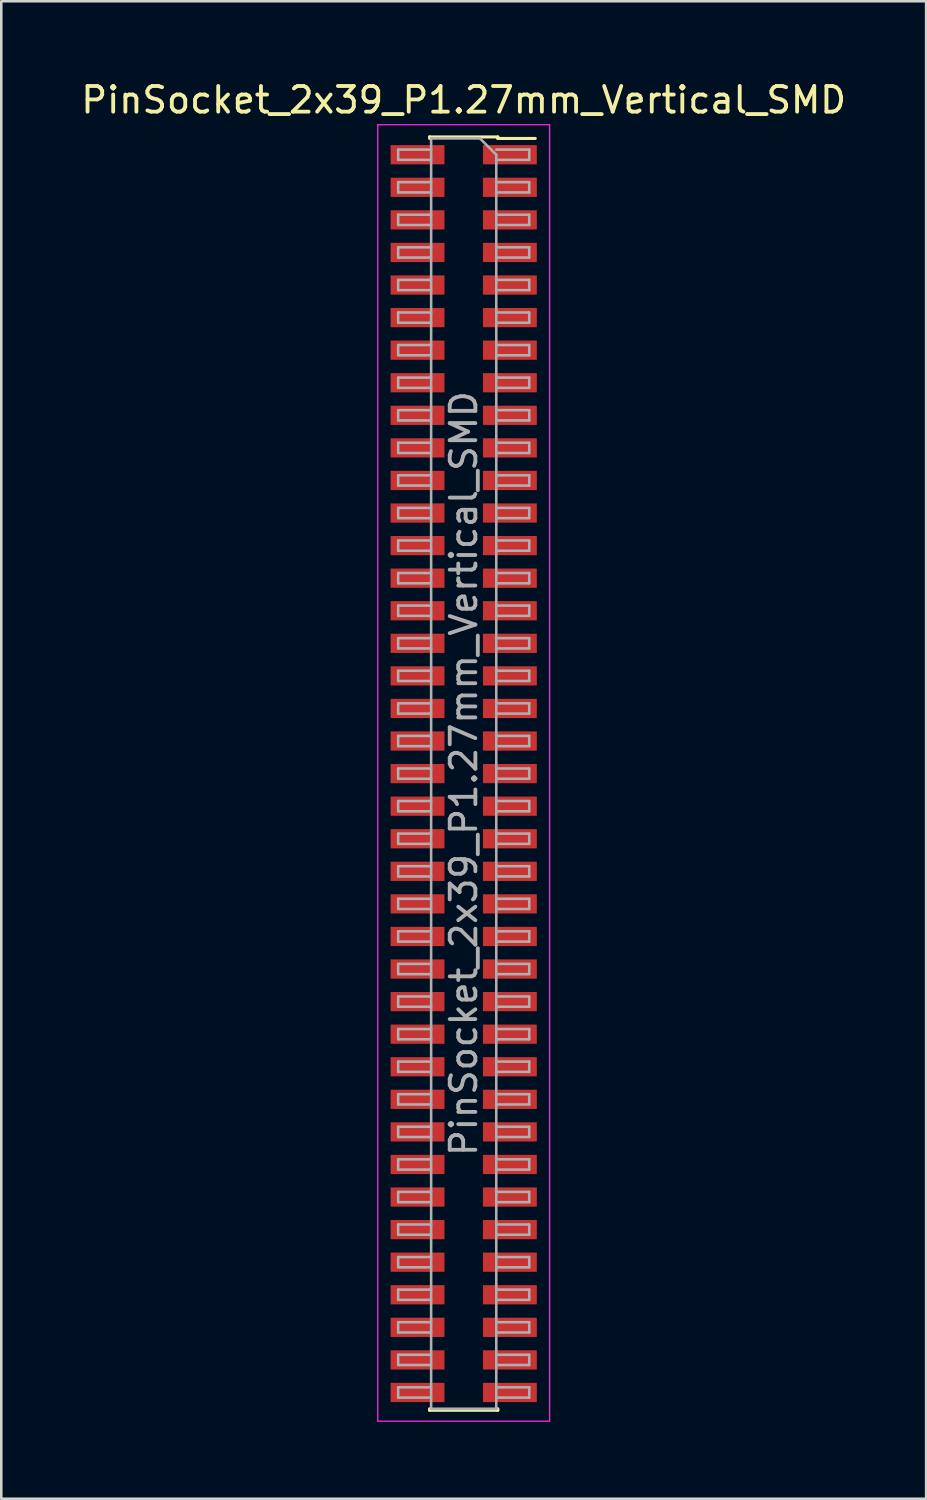
<source format=kicad_pcb>
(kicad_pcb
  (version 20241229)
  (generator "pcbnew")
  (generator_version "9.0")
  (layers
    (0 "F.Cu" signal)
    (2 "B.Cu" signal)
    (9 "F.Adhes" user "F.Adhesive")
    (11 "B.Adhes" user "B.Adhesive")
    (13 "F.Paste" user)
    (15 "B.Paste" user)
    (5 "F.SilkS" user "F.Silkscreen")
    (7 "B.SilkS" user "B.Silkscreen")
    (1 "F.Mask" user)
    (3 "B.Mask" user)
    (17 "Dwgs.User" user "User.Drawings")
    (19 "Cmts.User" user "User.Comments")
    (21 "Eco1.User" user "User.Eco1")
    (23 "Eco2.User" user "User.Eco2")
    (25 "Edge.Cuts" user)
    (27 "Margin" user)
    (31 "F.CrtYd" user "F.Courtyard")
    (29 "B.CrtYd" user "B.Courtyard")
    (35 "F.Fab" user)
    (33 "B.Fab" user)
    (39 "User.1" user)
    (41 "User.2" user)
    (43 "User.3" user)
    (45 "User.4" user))
  (footprint "PinSocket_2x39_P1.27mm_Vertical_SMD"
    (layer "F.Cu")
    (at 15.03 27.113)
    (property "Reference" "PinSocket_2x39_P1.27mm_Vertical_SMD" (at 0 -26.265 0) (layer "F.SilkS") (effects (font (size 1 1) (thickness 0.15))))
    (attr smd)
    (fp_line (start -1.33 -24.825) (end -1.33 -24.765) (stroke (width 0.12) (type solid)) (layer "F.SilkS"))
    (fp_line (start -1.33 -24.825) (end 1.33 -24.825) (stroke (width 0.12) (type solid)) (layer "F.SilkS"))
    (fp_line (start -1.33 24.765) (end -1.33 24.825) (stroke (width 0.12) (type solid)) (layer "F.SilkS"))
    (fp_line (start -1.33 24.825) (end 1.33 24.825) (stroke (width 0.12) (type solid)) (layer "F.SilkS"))
    (fp_line (start 1.33 -24.825) (end 1.33 -24.765) (stroke (width 0.12) (type solid)) (layer "F.SilkS"))
    (fp_line (start 1.33 -24.765) (end 2.79 -24.765) (stroke (width 0.12) (type solid)) (layer "F.SilkS"))
    (fp_line (start 1.33 24.765) (end 1.33 24.825) (stroke (width 0.12) (type solid)) (layer "F.SilkS"))
    (fp_line (start -3.35 -25.3) (end 3.35 -25.3) (stroke (width 0.05) (type solid)) (layer "F.CrtYd"))
    (fp_line (start -3.35 25.25) (end -3.35 -25.3) (stroke (width 0.05) (type solid)) (layer "F.CrtYd"))
    (fp_line (start 3.35 -25.3) (end 3.35 25.25) (stroke (width 0.05) (type solid)) (layer "F.CrtYd"))
    (fp_line (start 3.35 25.25) (end -3.35 25.25) (stroke (width 0.05) (type solid)) (layer "F.CrtYd"))
    (fp_line (start -2.555 -24.33) (end -1.27 -24.33) (stroke (width 0.1) (type solid)) (layer "F.Fab"))
    (fp_line (start -2.555 -23.93) (end -2.555 -24.33) (stroke (width 0.1) (type solid)) (layer "F.Fab"))
    (fp_line (start -2.555 -23.06) (end -1.27 -23.06) (stroke (width 0.1) (type solid)) (layer "F.Fab"))
    (fp_line (start -2.555 -22.66) (end -2.555 -23.06) (stroke (width 0.1) (type solid)) (layer "F.Fab"))
    (fp_line (start -2.555 -21.79) (end -1.27 -21.79) (stroke (width 0.1) (type solid)) (layer "F.Fab"))
    (fp_line (start -2.555 -21.39) (end -2.555 -21.79) (stroke (width 0.1) (type solid)) (layer "F.Fab"))
    (fp_line (start -2.555 -20.52) (end -1.27 -20.52) (stroke (width 0.1) (type solid)) (layer "F.Fab"))
    (fp_line (start -2.555 -20.12) (end -2.555 -20.52) (stroke (width 0.1) (type solid)) (layer "F.Fab"))
    (fp_line (start -2.555 -19.25) (end -1.27 -19.25) (stroke (width 0.1) (type solid)) (layer "F.Fab"))
    (fp_line (start -2.555 -18.85) (end -2.555 -19.25) (stroke (width 0.1) (type solid)) (layer "F.Fab"))
    (fp_line (start -2.555 -17.98) (end -1.27 -17.98) (stroke (width 0.1) (type solid)) (layer "F.Fab"))
    (fp_line (start -2.555 -17.58) (end -2.555 -17.98) (stroke (width 0.1) (type solid)) (layer "F.Fab"))
    (fp_line (start -2.555 -16.71) (end -1.27 -16.71) (stroke (width 0.1) (type solid)) (layer "F.Fab"))
    (fp_line (start -2.555 -16.31) (end -2.555 -16.71) (stroke (width 0.1) (type solid)) (layer "F.Fab"))
    (fp_line (start -2.555 -15.44) (end -1.27 -15.44) (stroke (width 0.1) (type solid)) (layer "F.Fab"))
    (fp_line (start -2.555 -15.04) (end -2.555 -15.44) (stroke (width 0.1) (type solid)) (layer "F.Fab"))
    (fp_line (start -2.555 -14.17) (end -1.27 -14.17) (stroke (width 0.1) (type solid)) (layer "F.Fab"))
    (fp_line (start -2.555 -13.77) (end -2.555 -14.17) (stroke (width 0.1) (type solid)) (layer "F.Fab"))
    (fp_line (start -2.555 -12.9) (end -1.27 -12.9) (stroke (width 0.1) (type solid)) (layer "F.Fab"))
    (fp_line (start -2.555 -12.5) (end -2.555 -12.9) (stroke (width 0.1) (type solid)) (layer "F.Fab"))
    (fp_line (start -2.555 -11.63) (end -1.27 -11.63) (stroke (width 0.1) (type solid)) (layer "F.Fab"))
    (fp_line (start -2.555 -11.23) (end -2.555 -11.63) (stroke (width 0.1) (type solid)) (layer "F.Fab"))
    (fp_line (start -2.555 -10.36) (end -1.27 -10.36) (stroke (width 0.1) (type solid)) (layer "F.Fab"))
    (fp_line (start -2.555 -9.96) (end -2.555 -10.36) (stroke (width 0.1) (type solid)) (layer "F.Fab"))
    (fp_line (start -2.555 -9.09) (end -1.27 -9.09) (stroke (width 0.1) (type solid)) (layer "F.Fab"))
    (fp_line (start -2.555 -8.69) (end -2.555 -9.09) (stroke (width 0.1) (type solid)) (layer "F.Fab"))
    (fp_line (start -2.555 -7.82) (end -1.27 -7.82) (stroke (width 0.1) (type solid)) (layer "F.Fab"))
    (fp_line (start -2.555 -7.42) (end -2.555 -7.82) (stroke (width 0.1) (type solid)) (layer "F.Fab"))
    (fp_line (start -2.555 -6.55) (end -1.27 -6.55) (stroke (width 0.1) (type solid)) (layer "F.Fab"))
    (fp_line (start -2.555 -6.15) (end -2.555 -6.55) (stroke (width 0.1) (type solid)) (layer "F.Fab"))
    (fp_line (start -2.555 -5.28) (end -1.27 -5.28) (stroke (width 0.1) (type solid)) (layer "F.Fab"))
    (fp_line (start -2.555 -4.88) (end -2.555 -5.28) (stroke (width 0.1) (type solid)) (layer "F.Fab"))
    (fp_line (start -2.555 -4.01) (end -1.27 -4.01) (stroke (width 0.1) (type solid)) (layer "F.Fab"))
    (fp_line (start -2.555 -3.61) (end -2.555 -4.01) (stroke (width 0.1) (type solid)) (layer "F.Fab"))
    (fp_line (start -2.555 -2.74) (end -1.27 -2.74) (stroke (width 0.1) (type solid)) (layer "F.Fab"))
    (fp_line (start -2.555 -2.34) (end -2.555 -2.74) (stroke (width 0.1) (type solid)) (layer "F.Fab"))
    (fp_line (start -2.555 -1.47) (end -1.27 -1.47) (stroke (width 0.1) (type solid)) (layer "F.Fab"))
    (fp_line (start -2.555 -1.07) (end -2.555 -1.47) (stroke (width 0.1) (type solid)) (layer "F.Fab"))
    (fp_line (start -2.555 -0.2) (end -1.27 -0.2) (stroke (width 0.1) (type solid)) (layer "F.Fab"))
    (fp_line (start -2.555 0.2) (end -2.555 -0.2) (stroke (width 0.1) (type solid)) (layer "F.Fab"))
    (fp_line (start -2.555 1.07) (end -1.27 1.07) (stroke (width 0.1) (type solid)) (layer "F.Fab"))
    (fp_line (start -2.555 1.47) (end -2.555 1.07) (stroke (width 0.1) (type solid)) (layer "F.Fab"))
    (fp_line (start -2.555 2.34) (end -1.27 2.34) (stroke (width 0.1) (type solid)) (layer "F.Fab"))
    (fp_line (start -2.555 2.74) (end -2.555 2.34) (stroke (width 0.1) (type solid)) (layer "F.Fab"))
    (fp_line (start -2.555 3.61) (end -1.27 3.61) (stroke (width 0.1) (type solid)) (layer "F.Fab"))
    (fp_line (start -2.555 4.01) (end -2.555 3.61) (stroke (width 0.1) (type solid)) (layer "F.Fab"))
    (fp_line (start -2.555 4.88) (end -1.27 4.88) (stroke (width 0.1) (type solid)) (layer "F.Fab"))
    (fp_line (start -2.555 5.28) (end -2.555 4.88) (stroke (width 0.1) (type solid)) (layer "F.Fab"))
    (fp_line (start -2.555 6.15) (end -1.27 6.15) (stroke (width 0.1) (type solid)) (layer "F.Fab"))
    (fp_line (start -2.555 6.55) (end -2.555 6.15) (stroke (width 0.1) (type solid)) (layer "F.Fab"))
    (fp_line (start -2.555 7.42) (end -1.27 7.42) (stroke (width 0.1) (type solid)) (layer "F.Fab"))
    (fp_line (start -2.555 7.82) (end -2.555 7.42) (stroke (width 0.1) (type solid)) (layer "F.Fab"))
    (fp_line (start -2.555 8.69) (end -1.27 8.69) (stroke (width 0.1) (type solid)) (layer "F.Fab"))
    (fp_line (start -2.555 9.09) (end -2.555 8.69) (stroke (width 0.1) (type solid)) (layer "F.Fab"))
    (fp_line (start -2.555 9.96) (end -1.27 9.96) (stroke (width 0.1) (type solid)) (layer "F.Fab"))
    (fp_line (start -2.555 10.36) (end -2.555 9.96) (stroke (width 0.1) (type solid)) (layer "F.Fab"))
    (fp_line (start -2.555 11.23) (end -1.27 11.23) (stroke (width 0.1) (type solid)) (layer "F.Fab"))
    (fp_line (start -2.555 11.63) (end -2.555 11.23) (stroke (width 0.1) (type solid)) (layer "F.Fab"))
    (fp_line (start -2.555 12.5) (end -1.27 12.5) (stroke (width 0.1) (type solid)) (layer "F.Fab"))
    (fp_line (start -2.555 12.9) (end -2.555 12.5) (stroke (width 0.1) (type solid)) (layer "F.Fab"))
    (fp_line (start -2.555 13.77) (end -1.27 13.77) (stroke (width 0.1) (type solid)) (layer "F.Fab"))
    (fp_line (start -2.555 14.17) (end -2.555 13.77) (stroke (width 0.1) (type solid)) (layer "F.Fab"))
    (fp_line (start -2.555 15.04) (end -1.27 15.04) (stroke (width 0.1) (type solid)) (layer "F.Fab"))
    (fp_line (start -2.555 15.44) (end -2.555 15.04) (stroke (width 0.1) (type solid)) (layer "F.Fab"))
    (fp_line (start -2.555 16.31) (end -1.27 16.31) (stroke (width 0.1) (type solid)) (layer "F.Fab"))
    (fp_line (start -2.555 16.71) (end -2.555 16.31) (stroke (width 0.1) (type solid)) (layer "F.Fab"))
    (fp_line (start -2.555 17.58) (end -1.27 17.58) (stroke (width 0.1) (type solid)) (layer "F.Fab"))
    (fp_line (start -2.555 17.98) (end -2.555 17.58) (stroke (width 0.1) (type solid)) (layer "F.Fab"))
    (fp_line (start -2.555 18.85) (end -1.27 18.85) (stroke (width 0.1) (type solid)) (layer "F.Fab"))
    (fp_line (start -2.555 19.25) (end -2.555 18.85) (stroke (width 0.1) (type solid)) (layer "F.Fab"))
    (fp_line (start -2.555 20.12) (end -1.27 20.12) (stroke (width 0.1) (type solid)) (layer "F.Fab"))
    (fp_line (start -2.555 20.52) (end -2.555 20.12) (stroke (width 0.1) (type solid)) (layer "F.Fab"))
    (fp_line (start -2.555 21.39) (end -1.27 21.39) (stroke (width 0.1) (type solid)) (layer "F.Fab"))
    (fp_line (start -2.555 21.79) (end -2.555 21.39) (stroke (width 0.1) (type solid)) (layer "F.Fab"))
    (fp_line (start -2.555 22.66) (end -1.27 22.66) (stroke (width 0.1) (type solid)) (layer "F.Fab"))
    (fp_line (start -2.555 23.06) (end -2.555 22.66) (stroke (width 0.1) (type solid)) (layer "F.Fab"))
    (fp_line (start -2.555 23.93) (end -1.27 23.93) (stroke (width 0.1) (type solid)) (layer "F.Fab"))
    (fp_line (start -2.555 24.33) (end -2.555 23.93) (stroke (width 0.1) (type solid)) (layer "F.Fab"))
    (fp_line (start -1.27 -24.765) (end 0.635 -24.765) (stroke (width 0.1) (type solid)) (layer "F.Fab"))
    (fp_line (start -1.27 -23.93) (end -2.555 -23.93) (stroke (width 0.1) (type solid)) (layer "F.Fab"))
    (fp_line (start -1.27 -22.66) (end -2.555 -22.66) (stroke (width 0.1) (type solid)) (layer "F.Fab"))
    (fp_line (start -1.27 -21.39) (end -2.555 -21.39) (stroke (width 0.1) (type solid)) (layer "F.Fab"))
    (fp_line (start -1.27 -20.12) (end -2.555 -20.12) (stroke (width 0.1) (type solid)) (layer "F.Fab"))
    (fp_line (start -1.27 -18.85) (end -2.555 -18.85) (stroke (width 0.1) (type solid)) (layer "F.Fab"))
    (fp_line (start -1.27 -17.58) (end -2.555 -17.58) (stroke (width 0.1) (type solid)) (layer "F.Fab"))
    (fp_line (start -1.27 -16.31) (end -2.555 -16.31) (stroke (width 0.1) (type solid)) (layer "F.Fab"))
    (fp_line (start -1.27 -15.04) (end -2.555 -15.04) (stroke (width 0.1) (type solid)) (layer "F.Fab"))
    (fp_line (start -1.27 -13.77) (end -2.555 -13.77) (stroke (width 0.1) (type solid)) (layer "F.Fab"))
    (fp_line (start -1.27 -12.5) (end -2.555 -12.5) (stroke (width 0.1) (type solid)) (layer "F.Fab"))
    (fp_line (start -1.27 -11.23) (end -2.555 -11.23) (stroke (width 0.1) (type solid)) (layer "F.Fab"))
    (fp_line (start -1.27 -9.96) (end -2.555 -9.96) (stroke (width 0.1) (type solid)) (layer "F.Fab"))
    (fp_line (start -1.27 -8.69) (end -2.555 -8.69) (stroke (width 0.1) (type solid)) (layer "F.Fab"))
    (fp_line (start -1.27 -7.42) (end -2.555 -7.42) (stroke (width 0.1) (type solid)) (layer "F.Fab"))
    (fp_line (start -1.27 -6.15) (end -2.555 -6.15) (stroke (width 0.1) (type solid)) (layer "F.Fab"))
    (fp_line (start -1.27 -4.88) (end -2.555 -4.88) (stroke (width 0.1) (type solid)) (layer "F.Fab"))
    (fp_line (start -1.27 -3.61) (end -2.555 -3.61) (stroke (width 0.1) (type solid)) (layer "F.Fab"))
    (fp_line (start -1.27 -2.34) (end -2.555 -2.34) (stroke (width 0.1) (type solid)) (layer "F.Fab"))
    (fp_line (start -1.27 -1.07) (end -2.555 -1.07) (stroke (width 0.1) (type solid)) (layer "F.Fab"))
    (fp_line (start -1.27 0.2) (end -2.555 0.2) (stroke (width 0.1) (type solid)) (layer "F.Fab"))
    (fp_line (start -1.27 1.47) (end -2.555 1.47) (stroke (width 0.1) (type solid)) (layer "F.Fab"))
    (fp_line (start -1.27 2.74) (end -2.555 2.74) (stroke (width 0.1) (type solid)) (layer "F.Fab"))
    (fp_line (start -1.27 4.01) (end -2.555 4.01) (stroke (width 0.1) (type solid)) (layer "F.Fab"))
    (fp_line (start -1.27 5.28) (end -2.555 5.28) (stroke (width 0.1) (type solid)) (layer "F.Fab"))
    (fp_line (start -1.27 6.55) (end -2.555 6.55) (stroke (width 0.1) (type solid)) (layer "F.Fab"))
    (fp_line (start -1.27 7.82) (end -2.555 7.82) (stroke (width 0.1) (type solid)) (layer "F.Fab"))
    (fp_line (start -1.27 9.09) (end -2.555 9.09) (stroke (width 0.1) (type solid)) (layer "F.Fab"))
    (fp_line (start -1.27 10.36) (end -2.555 10.36) (stroke (width 0.1) (type solid)) (layer "F.Fab"))
    (fp_line (start -1.27 11.63) (end -2.555 11.63) (stroke (width 0.1) (type solid)) (layer "F.Fab"))
    (fp_line (start -1.27 12.9) (end -2.555 12.9) (stroke (width 0.1) (type solid)) (layer "F.Fab"))
    (fp_line (start -1.27 14.17) (end -2.555 14.17) (stroke (width 0.1) (type solid)) (layer "F.Fab"))
    (fp_line (start -1.27 15.44) (end -2.555 15.44) (stroke (width 0.1) (type solid)) (layer "F.Fab"))
    (fp_line (start -1.27 16.71) (end -2.555 16.71) (stroke (width 0.1) (type solid)) (layer "F.Fab"))
    (fp_line (start -1.27 17.98) (end -2.555 17.98) (stroke (width 0.1) (type solid)) (layer "F.Fab"))
    (fp_line (start -1.27 19.25) (end -2.555 19.25) (stroke (width 0.1) (type solid)) (layer "F.Fab"))
    (fp_line (start -1.27 20.52) (end -2.555 20.52) (stroke (width 0.1) (type solid)) (layer "F.Fab"))
    (fp_line (start -1.27 21.79) (end -2.555 21.79) (stroke (width 0.1) (type solid)) (layer "F.Fab"))
    (fp_line (start -1.27 23.06) (end -2.555 23.06) (stroke (width 0.1) (type solid)) (layer "F.Fab"))
    (fp_line (start -1.27 24.33) (end -2.555 24.33) (stroke (width 0.1) (type solid)) (layer "F.Fab"))
    (fp_line (start -1.27 24.765) (end -1.27 -24.765) (stroke (width 0.1) (type solid)) (layer "F.Fab"))
    (fp_line (start 0.635 -24.765) (end 1.27 -24.13) (stroke (width 0.1) (type solid)) (layer "F.Fab"))
    (fp_line (start 1.27 -24.33) (end 2.555 -24.33) (stroke (width 0.1) (type solid)) (layer "F.Fab"))
    (fp_line (start 1.27 -24.13) (end 1.27 24.765) (stroke (width 0.1) (type solid)) (layer "F.Fab"))
    (fp_line (start 1.27 -23.06) (end 2.555 -23.06) (stroke (width 0.1) (type solid)) (layer "F.Fab"))
    (fp_line (start 1.27 -21.79) (end 2.555 -21.79) (stroke (width 0.1) (type solid)) (layer "F.Fab"))
    (fp_line (start 1.27 -20.52) (end 2.555 -20.52) (stroke (width 0.1) (type solid)) (layer "F.Fab"))
    (fp_line (start 1.27 -19.25) (end 2.555 -19.25) (stroke (width 0.1) (type solid)) (layer "F.Fab"))
    (fp_line (start 1.27 -17.98) (end 2.555 -17.98) (stroke (width 0.1) (type solid)) (layer "F.Fab"))
    (fp_line (start 1.27 -16.71) (end 2.555 -16.71) (stroke (width 0.1) (type solid)) (layer "F.Fab"))
    (fp_line (start 1.27 -15.44) (end 2.555 -15.44) (stroke (width 0.1) (type solid)) (layer "F.Fab"))
    (fp_line (start 1.27 -14.17) (end 2.555 -14.17) (stroke (width 0.1) (type solid)) (layer "F.Fab"))
    (fp_line (start 1.27 -12.9) (end 2.555 -12.9) (stroke (width 0.1) (type solid)) (layer "F.Fab"))
    (fp_line (start 1.27 -11.63) (end 2.555 -11.63) (stroke (width 0.1) (type solid)) (layer "F.Fab"))
    (fp_line (start 1.27 -10.36) (end 2.555 -10.36) (stroke (width 0.1) (type solid)) (layer "F.Fab"))
    (fp_line (start 1.27 -9.09) (end 2.555 -9.09) (stroke (width 0.1) (type solid)) (layer "F.Fab"))
    (fp_line (start 1.27 -7.82) (end 2.555 -7.82) (stroke (width 0.1) (type solid)) (layer "F.Fab"))
    (fp_line (start 1.27 -6.55) (end 2.555 -6.55) (stroke (width 0.1) (type solid)) (layer "F.Fab"))
    (fp_line (start 1.27 -5.28) (end 2.555 -5.28) (stroke (width 0.1) (type solid)) (layer "F.Fab"))
    (fp_line (start 1.27 -4.01) (end 2.555 -4.01) (stroke (width 0.1) (type solid)) (layer "F.Fab"))
    (fp_line (start 1.27 -2.74) (end 2.555 -2.74) (stroke (width 0.1) (type solid)) (layer "F.Fab"))
    (fp_line (start 1.27 -1.47) (end 2.555 -1.47) (stroke (width 0.1) (type solid)) (layer "F.Fab"))
    (fp_line (start 1.27 -0.2) (end 2.555 -0.2) (stroke (width 0.1) (type solid)) (layer "F.Fab"))
    (fp_line (start 1.27 1.07) (end 2.555 1.07) (stroke (width 0.1) (type solid)) (layer "F.Fab"))
    (fp_line (start 1.27 2.34) (end 2.555 2.34) (stroke (width 0.1) (type solid)) (layer "F.Fab"))
    (fp_line (start 1.27 3.61) (end 2.555 3.61) (stroke (width 0.1) (type solid)) (layer "F.Fab"))
    (fp_line (start 1.27 4.88) (end 2.555 4.88) (stroke (width 0.1) (type solid)) (layer "F.Fab"))
    (fp_line (start 1.27 6.15) (end 2.555 6.15) (stroke (width 0.1) (type solid)) (layer "F.Fab"))
    (fp_line (start 1.27 7.42) (end 2.555 7.42) (stroke (width 0.1) (type solid)) (layer "F.Fab"))
    (fp_line (start 1.27 8.69) (end 2.555 8.69) (stroke (width 0.1) (type solid)) (layer "F.Fab"))
    (fp_line (start 1.27 9.96) (end 2.555 9.96) (stroke (width 0.1) (type solid)) (layer "F.Fab"))
    (fp_line (start 1.27 11.23) (end 2.555 11.23) (stroke (width 0.1) (type solid)) (layer "F.Fab"))
    (fp_line (start 1.27 12.5) (end 2.555 12.5) (stroke (width 0.1) (type solid)) (layer "F.Fab"))
    (fp_line (start 1.27 13.77) (end 2.555 13.77) (stroke (width 0.1) (type solid)) (layer "F.Fab"))
    (fp_line (start 1.27 15.04) (end 2.555 15.04) (stroke (width 0.1) (type solid)) (layer "F.Fab"))
    (fp_line (start 1.27 16.31) (end 2.555 16.31) (stroke (width 0.1) (type solid)) (layer "F.Fab"))
    (fp_line (start 1.27 17.58) (end 2.555 17.58) (stroke (width 0.1) (type solid)) (layer "F.Fab"))
    (fp_line (start 1.27 18.85) (end 2.555 18.85) (stroke (width 0.1) (type solid)) (layer "F.Fab"))
    (fp_line (start 1.27 20.12) (end 2.555 20.12) (stroke (width 0.1) (type solid)) (layer "F.Fab"))
    (fp_line (start 1.27 21.39) (end 2.555 21.39) (stroke (width 0.1) (type solid)) (layer "F.Fab"))
    (fp_line (start 1.27 22.66) (end 2.555 22.66) (stroke (width 0.1) (type solid)) (layer "F.Fab"))
    (fp_line (start 1.27 23.93) (end 2.555 23.93) (stroke (width 0.1) (type solid)) (layer "F.Fab"))
    (fp_line (start 1.27 24.765) (end -1.27 24.765) (stroke (width 0.1) (type solid)) (layer "F.Fab"))
    (fp_line (start 2.555 -24.33) (end 2.555 -23.93) (stroke (width 0.1) (type solid)) (layer "F.Fab"))
    (fp_line (start 2.555 -23.93) (end 1.27 -23.93) (stroke (width 0.1) (type solid)) (layer "F.Fab"))
    (fp_line (start 2.555 -23.06) (end 2.555 -22.66) (stroke (width 0.1) (type solid)) (layer "F.Fab"))
    (fp_line (start 2.555 -22.66) (end 1.27 -22.66) (stroke (width 0.1) (type solid)) (layer "F.Fab"))
    (fp_line (start 2.555 -21.79) (end 2.555 -21.39) (stroke (width 0.1) (type solid)) (layer "F.Fab"))
    (fp_line (start 2.555 -21.39) (end 1.27 -21.39) (stroke (width 0.1) (type solid)) (layer "F.Fab"))
    (fp_line (start 2.555 -20.52) (end 2.555 -20.12) (stroke (width 0.1) (type solid)) (layer "F.Fab"))
    (fp_line (start 2.555 -20.12) (end 1.27 -20.12) (stroke (width 0.1) (type solid)) (layer "F.Fab"))
    (fp_line (start 2.555 -19.25) (end 2.555 -18.85) (stroke (width 0.1) (type solid)) (layer "F.Fab"))
    (fp_line (start 2.555 -18.85) (end 1.27 -18.85) (stroke (width 0.1) (type solid)) (layer "F.Fab"))
    (fp_line (start 2.555 -17.98) (end 2.555 -17.58) (stroke (width 0.1) (type solid)) (layer "F.Fab"))
    (fp_line (start 2.555 -17.58) (end 1.27 -17.58) (stroke (width 0.1) (type solid)) (layer "F.Fab"))
    (fp_line (start 2.555 -16.71) (end 2.555 -16.31) (stroke (width 0.1) (type solid)) (layer "F.Fab"))
    (fp_line (start 2.555 -16.31) (end 1.27 -16.31) (stroke (width 0.1) (type solid)) (layer "F.Fab"))
    (fp_line (start 2.555 -15.44) (end 2.555 -15.04) (stroke (width 0.1) (type solid)) (layer "F.Fab"))
    (fp_line (start 2.555 -15.04) (end 1.27 -15.04) (stroke (width 0.1) (type solid)) (layer "F.Fab"))
    (fp_line (start 2.555 -14.17) (end 2.555 -13.77) (stroke (width 0.1) (type solid)) (layer "F.Fab"))
    (fp_line (start 2.555 -13.77) (end 1.27 -13.77) (stroke (width 0.1) (type solid)) (layer "F.Fab"))
    (fp_line (start 2.555 -12.9) (end 2.555 -12.5) (stroke (width 0.1) (type solid)) (layer "F.Fab"))
    (fp_line (start 2.555 -12.5) (end 1.27 -12.5) (stroke (width 0.1) (type solid)) (layer "F.Fab"))
    (fp_line (start 2.555 -11.63) (end 2.555 -11.23) (stroke (width 0.1) (type solid)) (layer "F.Fab"))
    (fp_line (start 2.555 -11.23) (end 1.27 -11.23) (stroke (width 0.1) (type solid)) (layer "F.Fab"))
    (fp_line (start 2.555 -10.36) (end 2.555 -9.96) (stroke (width 0.1) (type solid)) (layer "F.Fab"))
    (fp_line (start 2.555 -9.96) (end 1.27 -9.96) (stroke (width 0.1) (type solid)) (layer "F.Fab"))
    (fp_line (start 2.555 -9.09) (end 2.555 -8.69) (stroke (width 0.1) (type solid)) (layer "F.Fab"))
    (fp_line (start 2.555 -8.69) (end 1.27 -8.69) (stroke (width 0.1) (type solid)) (layer "F.Fab"))
    (fp_line (start 2.555 -7.82) (end 2.555 -7.42) (stroke (width 0.1) (type solid)) (layer "F.Fab"))
    (fp_line (start 2.555 -7.42) (end 1.27 -7.42) (stroke (width 0.1) (type solid)) (layer "F.Fab"))
    (fp_line (start 2.555 -6.55) (end 2.555 -6.15) (stroke (width 0.1) (type solid)) (layer "F.Fab"))
    (fp_line (start 2.555 -6.15) (end 1.27 -6.15) (stroke (width 0.1) (type solid)) (layer "F.Fab"))
    (fp_line (start 2.555 -5.28) (end 2.555 -4.88) (stroke (width 0.1) (type solid)) (layer "F.Fab"))
    (fp_line (start 2.555 -4.88) (end 1.27 -4.88) (stroke (width 0.1) (type solid)) (layer "F.Fab"))
    (fp_line (start 2.555 -4.01) (end 2.555 -3.61) (stroke (width 0.1) (type solid)) (layer "F.Fab"))
    (fp_line (start 2.555 -3.61) (end 1.27 -3.61) (stroke (width 0.1) (type solid)) (layer "F.Fab"))
    (fp_line (start 2.555 -2.74) (end 2.555 -2.34) (stroke (width 0.1) (type solid)) (layer "F.Fab"))
    (fp_line (start 2.555 -2.34) (end 1.27 -2.34) (stroke (width 0.1) (type solid)) (layer "F.Fab"))
    (fp_line (start 2.555 -1.47) (end 2.555 -1.07) (stroke (width 0.1) (type solid)) (layer "F.Fab"))
    (fp_line (start 2.555 -1.07) (end 1.27 -1.07) (stroke (width 0.1) (type solid)) (layer "F.Fab"))
    (fp_line (start 2.555 -0.2) (end 2.555 0.2) (stroke (width 0.1) (type solid)) (layer "F.Fab"))
    (fp_line (start 2.555 0.2) (end 1.27 0.2) (stroke (width 0.1) (type solid)) (layer "F.Fab"))
    (fp_line (start 2.555 1.07) (end 2.555 1.47) (stroke (width 0.1) (type solid)) (layer "F.Fab"))
    (fp_line (start 2.555 1.47) (end 1.27 1.47) (stroke (width 0.1) (type solid)) (layer "F.Fab"))
    (fp_line (start 2.555 2.34) (end 2.555 2.74) (stroke (width 0.1) (type solid)) (layer "F.Fab"))
    (fp_line (start 2.555 2.74) (end 1.27 2.74) (stroke (width 0.1) (type solid)) (layer "F.Fab"))
    (fp_line (start 2.555 3.61) (end 2.555 4.01) (stroke (width 0.1) (type solid)) (layer "F.Fab"))
    (fp_line (start 2.555 4.01) (end 1.27 4.01) (stroke (width 0.1) (type solid)) (layer "F.Fab"))
    (fp_line (start 2.555 4.88) (end 2.555 5.28) (stroke (width 0.1) (type solid)) (layer "F.Fab"))
    (fp_line (start 2.555 5.28) (end 1.27 5.28) (stroke (width 0.1) (type solid)) (layer "F.Fab"))
    (fp_line (start 2.555 6.15) (end 2.555 6.55) (stroke (width 0.1) (type solid)) (layer "F.Fab"))
    (fp_line (start 2.555 6.55) (end 1.27 6.55) (stroke (width 0.1) (type solid)) (layer "F.Fab"))
    (fp_line (start 2.555 7.42) (end 2.555 7.82) (stroke (width 0.1) (type solid)) (layer "F.Fab"))
    (fp_line (start 2.555 7.82) (end 1.27 7.82) (stroke (width 0.1) (type solid)) (layer "F.Fab"))
    (fp_line (start 2.555 8.69) (end 2.555 9.09) (stroke (width 0.1) (type solid)) (layer "F.Fab"))
    (fp_line (start 2.555 9.09) (end 1.27 9.09) (stroke (width 0.1) (type solid)) (layer "F.Fab"))
    (fp_line (start 2.555 9.96) (end 2.555 10.36) (stroke (width 0.1) (type solid)) (layer "F.Fab"))
    (fp_line (start 2.555 10.36) (end 1.27 10.36) (stroke (width 0.1) (type solid)) (layer "F.Fab"))
    (fp_line (start 2.555 11.23) (end 2.555 11.63) (stroke (width 0.1) (type solid)) (layer "F.Fab"))
    (fp_line (start 2.555 11.63) (end 1.27 11.63) (stroke (width 0.1) (type solid)) (layer "F.Fab"))
    (fp_line (start 2.555 12.5) (end 2.555 12.9) (stroke (width 0.1) (type solid)) (layer "F.Fab"))
    (fp_line (start 2.555 12.9) (end 1.27 12.9) (stroke (width 0.1) (type solid)) (layer "F.Fab"))
    (fp_line (start 2.555 13.77) (end 2.555 14.17) (stroke (width 0.1) (type solid)) (layer "F.Fab"))
    (fp_line (start 2.555 14.17) (end 1.27 14.17) (stroke (width 0.1) (type solid)) (layer "F.Fab"))
    (fp_line (start 2.555 15.04) (end 2.555 15.44) (stroke (width 0.1) (type solid)) (layer "F.Fab"))
    (fp_line (start 2.555 15.44) (end 1.27 15.44) (stroke (width 0.1) (type solid)) (layer "F.Fab"))
    (fp_line (start 2.555 16.31) (end 2.555 16.71) (stroke (width 0.1) (type solid)) (layer "F.Fab"))
    (fp_line (start 2.555 16.71) (end 1.27 16.71) (stroke (width 0.1) (type solid)) (layer "F.Fab"))
    (fp_line (start 2.555 17.58) (end 2.555 17.98) (stroke (width 0.1) (type solid)) (layer "F.Fab"))
    (fp_line (start 2.555 17.98) (end 1.27 17.98) (stroke (width 0.1) (type solid)) (layer "F.Fab"))
    (fp_line (start 2.555 18.85) (end 2.555 19.25) (stroke (width 0.1) (type solid)) (layer "F.Fab"))
    (fp_line (start 2.555 19.25) (end 1.27 19.25) (stroke (width 0.1) (type solid)) (layer "F.Fab"))
    (fp_line (start 2.555 20.12) (end 2.555 20.52) (stroke (width 0.1) (type solid)) (layer "F.Fab"))
    (fp_line (start 2.555 20.52) (end 1.27 20.52) (stroke (width 0.1) (type solid)) (layer "F.Fab"))
    (fp_line (start 2.555 21.39) (end 2.555 21.79) (stroke (width 0.1) (type solid)) (layer "F.Fab"))
    (fp_line (start 2.555 21.79) (end 1.27 21.79) (stroke (width 0.1) (type solid)) (layer "F.Fab"))
    (fp_line (start 2.555 22.66) (end 2.555 23.06) (stroke (width 0.1) (type solid)) (layer "F.Fab"))
    (fp_line (start 2.555 23.06) (end 1.27 23.06) (stroke (width 0.1) (type solid)) (layer "F.Fab"))
    (fp_line (start 2.555 23.93) (end 2.555 24.33) (stroke (width 0.1) (type solid)) (layer "F.Fab"))
    (fp_line (start 2.555 24.33) (end 1.27 24.33) (stroke (width 0.1) (type solid)) (layer "F.Fab"))
    (fp_text user "${REFERENCE}" (at 0 0 90) (layer "F.Fab") (effects (font (size 1 1) (thickness 0.15))))
    (pad "1" smd rect (at 1.8 -24.13) (size 2.1 0.75) (layers "F.Cu" "F.Mask" "F.Paste"))
    (pad "2" smd rect (at -1.8 -24.13) (size 2.1 0.75) (layers "F.Cu" "F.Mask" "F.Paste"))
    (pad "3" smd rect (at 1.8 -22.86) (size 2.1 0.75) (layers "F.Cu" "F.Mask" "F.Paste"))
    (pad "4" smd rect (at -1.8 -22.86) (size 2.1 0.75) (layers "F.Cu" "F.Mask" "F.Paste"))
    (pad "5" smd rect (at 1.8 -21.59) (size 2.1 0.75) (layers "F.Cu" "F.Mask" "F.Paste"))
    (pad "6" smd rect (at -1.8 -21.59) (size 2.1 0.75) (layers "F.Cu" "F.Mask" "F.Paste"))
    (pad "7" smd rect (at 1.8 -20.32) (size 2.1 0.75) (layers "F.Cu" "F.Mask" "F.Paste"))
    (pad "8" smd rect (at -1.8 -20.32) (size 2.1 0.75) (layers "F.Cu" "F.Mask" "F.Paste"))
    (pad "9" smd rect (at 1.8 -19.05) (size 2.1 0.75) (layers "F.Cu" "F.Mask" "F.Paste"))
    (pad "10" smd rect (at -1.8 -19.05) (size 2.1 0.75) (layers "F.Cu" "F.Mask" "F.Paste"))
    (pad "11" smd rect (at 1.8 -17.78) (size 2.1 0.75) (layers "F.Cu" "F.Mask" "F.Paste"))
    (pad "12" smd rect (at -1.8 -17.78) (size 2.1 0.75) (layers "F.Cu" "F.Mask" "F.Paste"))
    (pad "13" smd rect (at 1.8 -16.51) (size 2.1 0.75) (layers "F.Cu" "F.Mask" "F.Paste"))
    (pad "14" smd rect (at -1.8 -16.51) (size 2.1 0.75) (layers "F.Cu" "F.Mask" "F.Paste"))
    (pad "15" smd rect (at 1.8 -15.24) (size 2.1 0.75) (layers "F.Cu" "F.Mask" "F.Paste"))
    (pad "16" smd rect (at -1.8 -15.24) (size 2.1 0.75) (layers "F.Cu" "F.Mask" "F.Paste"))
    (pad "17" smd rect (at 1.8 -13.97) (size 2.1 0.75) (layers "F.Cu" "F.Mask" "F.Paste"))
    (pad "18" smd rect (at -1.8 -13.97) (size 2.1 0.75) (layers "F.Cu" "F.Mask" "F.Paste"))
    (pad "19" smd rect (at 1.8 -12.7) (size 2.1 0.75) (layers "F.Cu" "F.Mask" "F.Paste"))
    (pad "20" smd rect (at -1.8 -12.7) (size 2.1 0.75) (layers "F.Cu" "F.Mask" "F.Paste"))
    (pad "21" smd rect (at 1.8 -11.43) (size 2.1 0.75) (layers "F.Cu" "F.Mask" "F.Paste"))
    (pad "22" smd rect (at -1.8 -11.43) (size 2.1 0.75) (layers "F.Cu" "F.Mask" "F.Paste"))
    (pad "23" smd rect (at 1.8 -10.16) (size 2.1 0.75) (layers "F.Cu" "F.Mask" "F.Paste"))
    (pad "24" smd rect (at -1.8 -10.16) (size 2.1 0.75) (layers "F.Cu" "F.Mask" "F.Paste"))
    (pad "25" smd rect (at 1.8 -8.89) (size 2.1 0.75) (layers "F.Cu" "F.Mask" "F.Paste"))
    (pad "26" smd rect (at -1.8 -8.89) (size 2.1 0.75) (layers "F.Cu" "F.Mask" "F.Paste"))
    (pad "27" smd rect (at 1.8 -7.62) (size 2.1 0.75) (layers "F.Cu" "F.Mask" "F.Paste"))
    (pad "28" smd rect (at -1.8 -7.62) (size 2.1 0.75) (layers "F.Cu" "F.Mask" "F.Paste"))
    (pad "29" smd rect (at 1.8 -6.35) (size 2.1 0.75) (layers "F.Cu" "F.Mask" "F.Paste"))
    (pad "30" smd rect (at -1.8 -6.35) (size 2.1 0.75) (layers "F.Cu" "F.Mask" "F.Paste"))
    (pad "31" smd rect (at 1.8 -5.08) (size 2.1 0.75) (layers "F.Cu" "F.Mask" "F.Paste"))
    (pad "32" smd rect (at -1.8 -5.08) (size 2.1 0.75) (layers "F.Cu" "F.Mask" "F.Paste"))
    (pad "33" smd rect (at 1.8 -3.81) (size 2.1 0.75) (layers "F.Cu" "F.Mask" "F.Paste"))
    (pad "34" smd rect (at -1.8 -3.81) (size 2.1 0.75) (layers "F.Cu" "F.Mask" "F.Paste"))
    (pad "35" smd rect (at 1.8 -2.54) (size 2.1 0.75) (layers "F.Cu" "F.Mask" "F.Paste"))
    (pad "36" smd rect (at -1.8 -2.54) (size 2.1 0.75) (layers "F.Cu" "F.Mask" "F.Paste"))
    (pad "37" smd rect (at 1.8 -1.27) (size 2.1 0.75) (layers "F.Cu" "F.Mask" "F.Paste"))
    (pad "38" smd rect (at -1.8 -1.27) (size 2.1 0.75) (layers "F.Cu" "F.Mask" "F.Paste"))
    (pad "39" smd rect (at 1.8 0) (size 2.1 0.75) (layers "F.Cu" "F.Mask" "F.Paste"))
    (pad "40" smd rect (at -1.8 0) (size 2.1 0.75) (layers "F.Cu" "F.Mask" "F.Paste"))
    (pad "41" smd rect (at 1.8 1.27) (size 2.1 0.75) (layers "F.Cu" "F.Mask" "F.Paste"))
    (pad "42" smd rect (at -1.8 1.27) (size 2.1 0.75) (layers "F.Cu" "F.Mask" "F.Paste"))
    (pad "43" smd rect (at 1.8 2.54) (size 2.1 0.75) (layers "F.Cu" "F.Mask" "F.Paste"))
    (pad "44" smd rect (at -1.8 2.54) (size 2.1 0.75) (layers "F.Cu" "F.Mask" "F.Paste"))
    (pad "45" smd rect (at 1.8 3.81) (size 2.1 0.75) (layers "F.Cu" "F.Mask" "F.Paste"))
    (pad "46" smd rect (at -1.8 3.81) (size 2.1 0.75) (layers "F.Cu" "F.Mask" "F.Paste"))
    (pad "47" smd rect (at 1.8 5.08) (size 2.1 0.75) (layers "F.Cu" "F.Mask" "F.Paste"))
    (pad "48" smd rect (at -1.8 5.08) (size 2.1 0.75) (layers "F.Cu" "F.Mask" "F.Paste"))
    (pad "49" smd rect (at 1.8 6.35) (size 2.1 0.75) (layers "F.Cu" "F.Mask" "F.Paste"))
    (pad "50" smd rect (at -1.8 6.35) (size 2.1 0.75) (layers "F.Cu" "F.Mask" "F.Paste"))
    (pad "51" smd rect (at 1.8 7.62) (size 2.1 0.75) (layers "F.Cu" "F.Mask" "F.Paste"))
    (pad "52" smd rect (at -1.8 7.62) (size 2.1 0.75) (layers "F.Cu" "F.Mask" "F.Paste"))
    (pad "53" smd rect (at 1.8 8.89) (size 2.1 0.75) (layers "F.Cu" "F.Mask" "F.Paste"))
    (pad "54" smd rect (at -1.8 8.89) (size 2.1 0.75) (layers "F.Cu" "F.Mask" "F.Paste"))
    (pad "55" smd rect (at 1.8 10.16) (size 2.1 0.75) (layers "F.Cu" "F.Mask" "F.Paste"))
    (pad "56" smd rect (at -1.8 10.16) (size 2.1 0.75) (layers "F.Cu" "F.Mask" "F.Paste"))
    (pad "57" smd rect (at 1.8 11.43) (size 2.1 0.75) (layers "F.Cu" "F.Mask" "F.Paste"))
    (pad "58" smd rect (at -1.8 11.43) (size 2.1 0.75) (layers "F.Cu" "F.Mask" "F.Paste"))
    (pad "59" smd rect (at 1.8 12.7) (size 2.1 0.75) (layers "F.Cu" "F.Mask" "F.Paste"))
    (pad "60" smd rect (at -1.8 12.7) (size 2.1 0.75) (layers "F.Cu" "F.Mask" "F.Paste"))
    (pad "61" smd rect (at 1.8 13.97) (size 2.1 0.75) (layers "F.Cu" "F.Mask" "F.Paste"))
    (pad "62" smd rect (at -1.8 13.97) (size 2.1 0.75) (layers "F.Cu" "F.Mask" "F.Paste"))
    (pad "63" smd rect (at 1.8 15.24) (size 2.1 0.75) (layers "F.Cu" "F.Mask" "F.Paste"))
    (pad "64" smd rect (at -1.8 15.24) (size 2.1 0.75) (layers "F.Cu" "F.Mask" "F.Paste"))
    (pad "65" smd rect (at 1.8 16.51) (size 2.1 0.75) (layers "F.Cu" "F.Mask" "F.Paste"))
    (pad "66" smd rect (at -1.8 16.51) (size 2.1 0.75) (layers "F.Cu" "F.Mask" "F.Paste"))
    (pad "67" smd rect (at 1.8 17.78) (size 2.1 0.75) (layers "F.Cu" "F.Mask" "F.Paste"))
    (pad "68" smd rect (at -1.8 17.78) (size 2.1 0.75) (layers "F.Cu" "F.Mask" "F.Paste"))
    (pad "69" smd rect (at 1.8 19.05) (size 2.1 0.75) (layers "F.Cu" "F.Mask" "F.Paste"))
    (pad "70" smd rect (at -1.8 19.05) (size 2.1 0.75) (layers "F.Cu" "F.Mask" "F.Paste"))
    (pad "71" smd rect (at 1.8 20.32) (size 2.1 0.75) (layers "F.Cu" "F.Mask" "F.Paste"))
    (pad "72" smd rect (at -1.8 20.32) (size 2.1 0.75) (layers "F.Cu" "F.Mask" "F.Paste"))
    (pad "73" smd rect (at 1.8 21.59) (size 2.1 0.75) (layers "F.Cu" "F.Mask" "F.Paste"))
    (pad "74" smd rect (at -1.8 21.59) (size 2.1 0.75) (layers "F.Cu" "F.Mask" "F.Paste"))
    (pad "75" smd rect (at 1.8 22.86) (size 2.1 0.75) (layers "F.Cu" "F.Mask" "F.Paste"))
    (pad "76" smd rect (at -1.8 22.86) (size 2.1 0.75) (layers "F.Cu" "F.Mask" "F.Paste"))
    (pad "77" smd rect (at 1.8 24.13) (size 2.1 0.75) (layers "F.Cu" "F.Mask" "F.Paste"))
    (pad "78" smd rect (at -1.8 24.13) (size 2.1 0.75) (layers "F.Cu" "F.Mask" "F.Paste")))
  (gr_rect
    (start -3 -3)
    (end 33.06 55.388)
    (stroke (width 0.1) (type default))
    (fill no)
    (layer "Edge.Cuts")))
</source>
